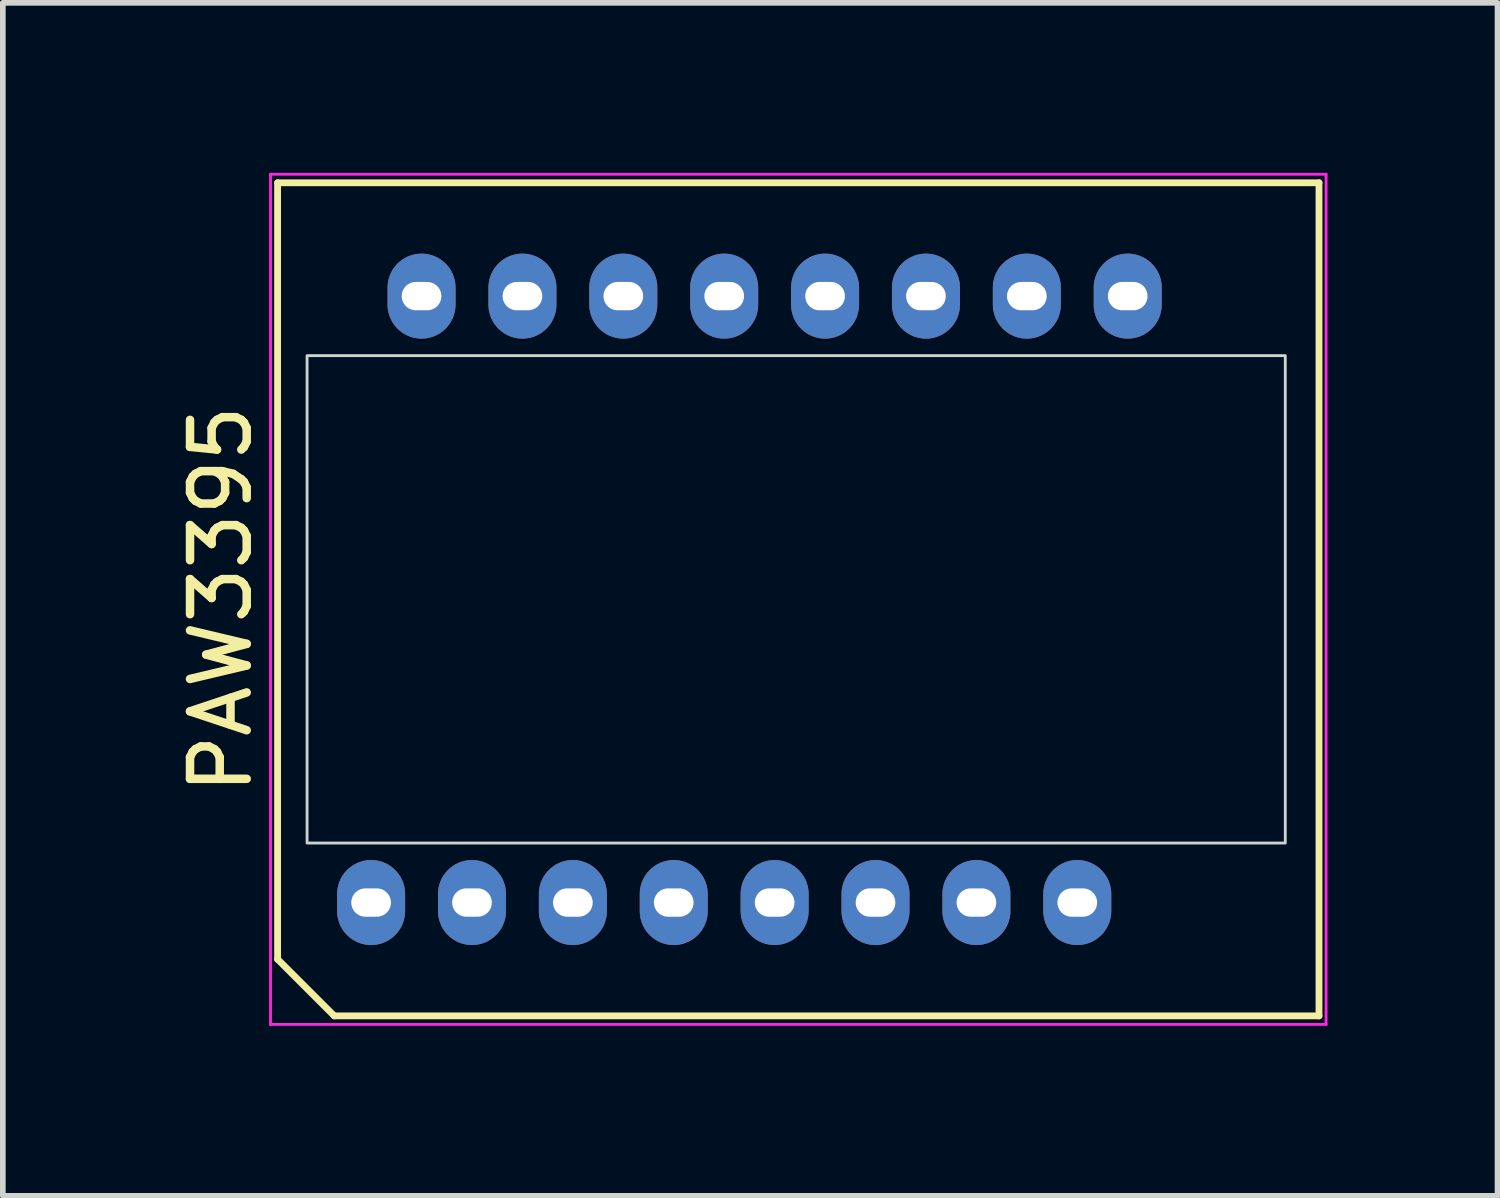
<source format=kicad_pcb>
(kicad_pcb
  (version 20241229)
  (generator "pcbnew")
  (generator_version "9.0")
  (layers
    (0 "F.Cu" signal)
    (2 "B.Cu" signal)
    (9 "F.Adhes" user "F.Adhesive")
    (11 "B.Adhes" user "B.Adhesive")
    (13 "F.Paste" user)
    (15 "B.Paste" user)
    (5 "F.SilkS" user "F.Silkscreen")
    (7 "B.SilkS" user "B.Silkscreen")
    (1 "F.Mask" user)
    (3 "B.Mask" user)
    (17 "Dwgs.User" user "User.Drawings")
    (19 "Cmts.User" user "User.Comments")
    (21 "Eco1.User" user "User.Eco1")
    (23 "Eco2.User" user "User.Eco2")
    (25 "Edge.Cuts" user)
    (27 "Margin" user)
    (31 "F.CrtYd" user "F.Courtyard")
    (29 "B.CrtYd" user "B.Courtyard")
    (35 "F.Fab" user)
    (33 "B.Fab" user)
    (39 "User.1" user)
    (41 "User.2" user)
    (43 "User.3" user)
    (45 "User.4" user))
  (footprint "PAW3395"
    (layer "F.Cu")
    (at 16.848 2.175)
    (property "Reference" "PAW3395" (at -16 5.35 90) (layer "F.SilkS") (effects (font (size 1 1) (thickness 0.15))))
    (attr through_hole)
    (fp_line (start -15 -2) (end 3.375 -2) (stroke (width 0.12) (type default)) (layer "F.SilkS"))
    (fp_line (start -15 11.7) (end -15 -2) (stroke (width 0.12) (type default)) (layer "F.SilkS"))
    (fp_line (start -14 12.7) (end -15 11.7) (stroke (width 0.12) (type default)) (layer "F.SilkS"))
    (fp_line (start 3.375 -2) (end 3.375 12.7) (stroke (width 0.12) (type default)) (layer "F.SilkS"))
    (fp_line (start 3.375 12.7) (end -14 12.7) (stroke (width 0.12) (type default)) (layer "F.SilkS"))
    (fp_rect (start -14.48 1.05) (end 2.78 9.65) (stroke (width 0.05) (type default)) (fill no) (layer "Edge.Cuts"))
    (fp_line (start -15.125 -2.15) (end 3.5 -2.15) (stroke (width 0.05) (type default)) (layer "F.CrtYd"))
    (fp_line (start -15.125 12.85) (end -15.125 -2.15) (stroke (width 0.05) (type default)) (layer "F.CrtYd"))
    (fp_line (start 3.5 -2.15) (end 3.5 12.85) (stroke (width 0.05) (type default)) (layer "F.CrtYd"))
    (fp_line (start 3.5 12.85) (end -15.125 12.85) (stroke (width 0.05) (type default)) (layer "F.CrtYd"))
    (pad "1" thru_hole oval (at -13.35 10.7) (size 1.2 1.5) (drill oval 0.7 0.5) (layers "*.Cu" "*.Mask"))
    (pad "2" thru_hole oval (at -11.57 10.7) (size 1.2 1.5) (drill oval 0.7 0.5) (layers "*.Cu" "*.Mask"))
    (pad "3" thru_hole oval (at -9.79 10.7) (size 1.2 1.5) (drill oval 0.7 0.5) (layers "*.Cu" "*.Mask"))
    (pad "4" thru_hole oval (at -8.01 10.7) (size 1.2 1.5) (drill oval 0.7 0.5) (layers "*.Cu" "*.Mask"))
    (pad "5" thru_hole oval (at -6.23 10.7) (size 1.2 1.5) (drill oval 0.7 0.5) (layers "*.Cu" "*.Mask"))
    (pad "6" thru_hole oval (at -4.45 10.7) (size 1.2 1.5) (drill oval 0.7 0.5) (layers "*.Cu" "*.Mask"))
    (pad "7" thru_hole oval (at -2.67 10.7) (size 1.2 1.5) (drill oval 0.7 0.5) (layers "*.Cu" "*.Mask"))
    (pad "8" thru_hole oval (at -0.89 10.7) (size 1.2 1.5) (drill oval 0.7 0.5) (layers "*.Cu" "*.Mask"))
    (pad "9" thru_hole oval (at 0 0) (size 1.2 1.5) (drill oval 0.7 0.5) (layers "*.Cu" "*.Mask"))
    (pad "10" thru_hole oval (at -1.78 0) (size 1.2 1.5) (drill oval 0.7 0.5) (layers "*.Cu" "*.Mask"))
    (pad "11" thru_hole oval (at -3.56 0) (size 1.2 1.5) (drill oval 0.7 0.5) (layers "*.Cu" "*.Mask"))
    (pad "12" thru_hole oval (at -5.34 0) (size 1.2 1.5) (drill oval 0.7 0.5) (layers "*.Cu" "*.Mask"))
    (pad "13" thru_hole oval (at -7.12 0) (size 1.2 1.5) (drill oval 0.7 0.5) (layers "*.Cu" "*.Mask"))
    (pad "14" thru_hole oval (at -8.9 0) (size 1.2 1.5) (drill oval 0.7 0.5) (layers "*.Cu" "*.Mask"))
    (pad "15" thru_hole oval (at -10.68 0) (size 1.2 1.5) (drill oval 0.7 0.5) (layers "*.Cu" "*.Mask"))
    (pad "16" thru_hole oval (at -12.46 0) (size 1.2 1.5) (drill oval 0.7 0.5) (layers "*.Cu" "*.Mask")))
  (gr_rect
    (start -3 -3)
    (end 23.373 18.05)
    (stroke (width 0.1) (type default))
    (fill no)
    (layer "Edge.Cuts")))
</source>
